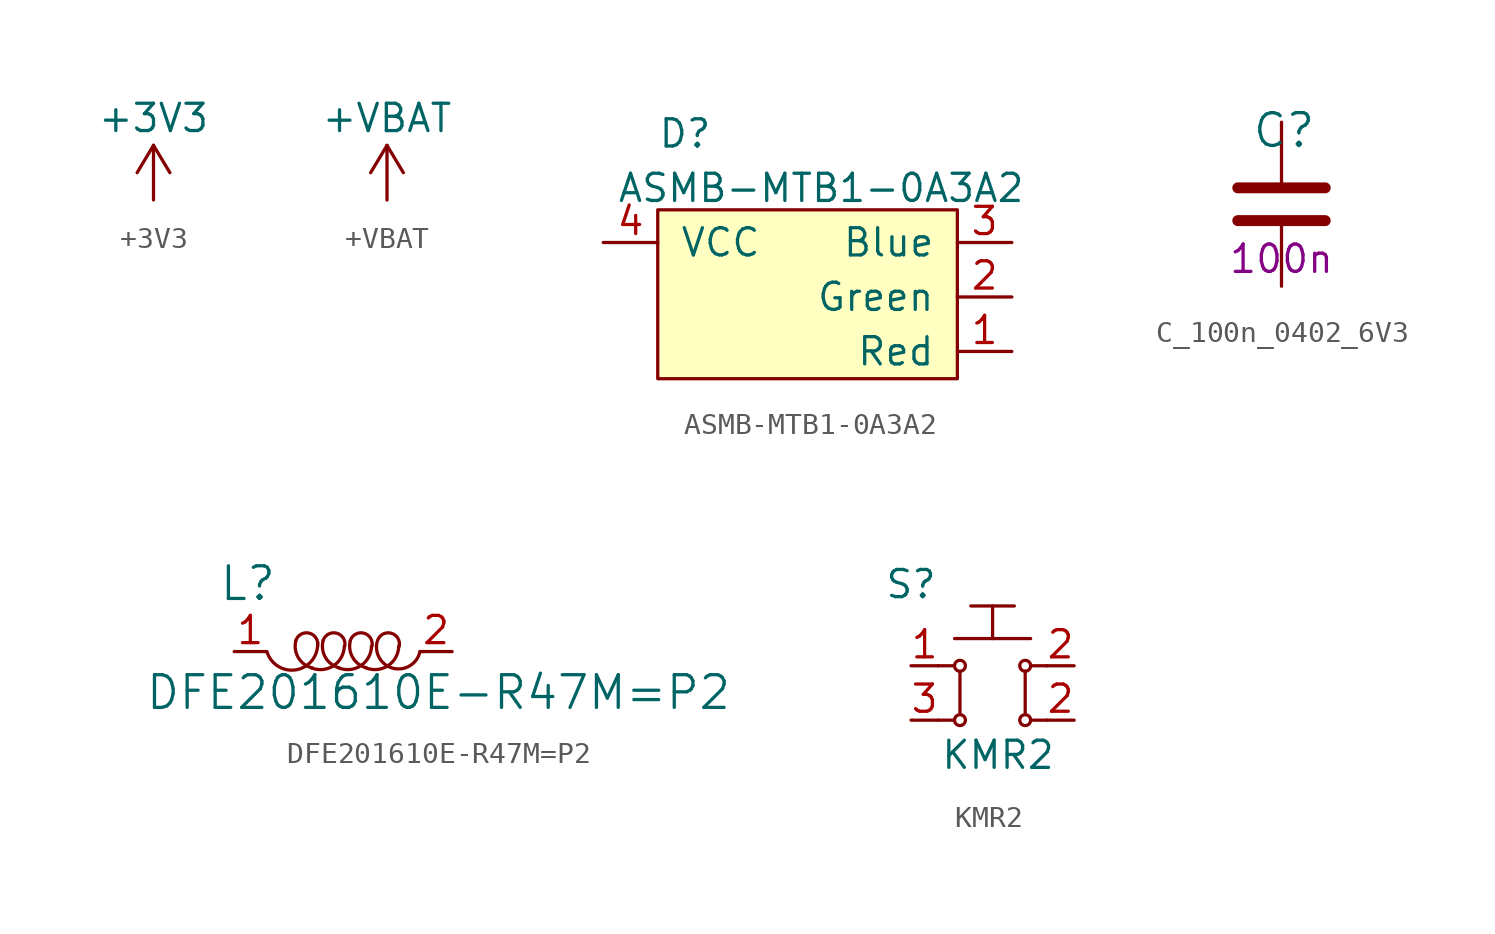
<source format=kicad_sym>
(kicad_symbol_lib
  (version 20211014)
  (generator kicad_symbol_editor)
  (symbol "+3V3"
    (power)
    (pin_names
      (offset 1.016))
    (property "Reference" "#PWR"
      (at 0 0 0)
      (effects (font (size 1.27 1.27)) hide))
    (property "Value" "+3V3"
      (at 0 2.54 0)
      (effects (font (size 1.27 1.27))))
    (symbol "+3V3_1_1"
      (polyline (pts (xy -0.762 0) (xy 0 1.27)) (stroke (width 0) (type default) (color 0 0 0 0)) (fill (type none)))
      (polyline (pts (xy 0 -1.27) (xy 0 1.27)) (stroke (width 0) (type default) (color 0 0 0 0)) (fill (type none)))
      (polyline (pts (xy 0 1.27) (xy 0.762 0)) (stroke (width 0) (type default) (color 0 0 0 0)) (fill (type none)))
      (pin power_in line (at 0 -1.27 90) (length 0) hide (name "+3V3" (effects (font (size 1.27 1.27)))) (number "1" (effects (font (size 1.27 1.27)))))))
  (symbol "+VBAT"
    (power)
    (pin_names
      (offset 1.016))
    (property "Reference" "#PWR"
      (at 0 0 0)
      (effects (font (size 1.27 1.27)) hide))
    (property "Value" "+VBAT"
      (at 0 2.54 0)
      (effects (font (size 1.27 1.27))))
    (symbol "+VBAT_1_1"
      (polyline (pts (xy -0.762 0) (xy 0 1.27)) (stroke (width 0) (type default) (color 0 0 0 0)) (fill (type none)))
      (polyline (pts (xy 0 -1.27) (xy 0 1.27)) (stroke (width 0) (type default) (color 0 0 0 0)) (fill (type none)))
      (polyline (pts (xy 0 1.27) (xy 0.762 0)) (stroke (width 0) (type default) (color 0 0 0 0)) (fill (type none)))
      (pin power_in line (at 0 -1.27 90) (length 0) hide (name "+VBAT" (effects (font (size 1.27 1.27)))) (number "1" (effects (font (size 1.27 1.27)))))))
  (symbol "ASMB-MTB1-0A3A2"
    (pin_names
      (offset 1.016))
    (property "Reference" "D"
      (at 1.27 3.81 0)
      (effects (font (size 1.27 1.27))))
    (property "Value" "ASMB-MTB1-0A3A2"
      (at 7.62 1.27 0)
      (effects (font (size 1.27 1.27))))
    (symbol "ASMB-MTB1-0A3A2_0_1"
      (rectangle (start 0 0.254) (end 13.97 -7.62) (stroke (width 0) (type default) (color 0 0 0 0)) (fill (type background))))
    (symbol "ASMB-MTB1-0A3A2_1_1"
      (pin input line (at 16.51 -6.35 180) (length 2.54) (name "Red" (effects (font (size 1.27 1.27)))) (number "1" (effects (font (size 1.27 1.27)))))
      (pin input line (at 16.51 -3.81 180) (length 2.54) (name "Green" (effects (font (size 1.27 1.27)))) (number "2" (effects (font (size 1.27 1.27)))))
      (pin input line (at 16.51 -1.27 180) (length 2.54) (name "Blue" (effects (font (size 1.27 1.27)))) (number "3" (effects (font (size 1.27 1.27)))))
      (pin input line (at -2.54 -1.27 0) (length 2.54) (name "VCC" (effects (font (size 1.27 1.27)))) (number "4" (effects (font (size 1.27 1.27)))))))
  (symbol "C_100n_0402_6V3"
    (pin_names
      (offset 0))
    (property "Reference" "C"
      (at -1.397 3.429 0)
      (effects (font (size 1.524 1.524)) (justify left)))
    (property "Val" "100n"
      (at 0 -2.54 0)
      (effects (font (size 1.27 1.27))))
    (symbol "C_100n_0402_6V3_1_1"
      (polyline (pts (xy -2.032 -0.762) (xy 2.032 -0.762)) (stroke (width 0.508) (type default) (color 0 0 0 0)) (fill (type none)))
      (polyline (pts (xy -2.032 0.762) (xy 2.032 0.762)) (stroke (width 0.508) (type default) (color 0 0 0 0)) (fill (type none)))
      (pin passive line (at 0 3.81 270) (length 2.794) (name "~" (effects (font (size 0 0)))) (number "1" (effects (font (size 0 0)))))
      (pin passive line (at 0 -3.81 90) (length 2.794) (name "~" (effects (font (size 0 0)))) (number "2" (effects (font (size 0 0)))))))
  (symbol "DFE201610E-R47M=P2"
    (pin_names
      (offset 1.016))
    (property "Reference" "L"
      (at -4.445 3.175 0)
      (effects (font (size 1.524 1.524))))
    (property "Value" "DFE201610E-R47M=P2"
      (at 4.445 -1.905 0)
      (effects (font (size 1.524 1.524))))
    (symbol "DFE201610E-R47M=P2_0_1"
      (arc (start -3.556 0) (mid -2.1694 -0.8461) (end -1.1938 0.4318) (stroke (width 0) (type default) (color 0 0 0 0)) (fill (type none)))
      (arc (start -2.2098 0.508) (mid -2.0918 -0.2848) (end -1.4478 -0.762) (stroke (width 0) (type default) (color 0 0 0 0)) (fill (type none)))
      (arc (start -1.4732 -0.762) (mid -0.4347 -0.6489) (end 0.0508 0.254) (stroke (width 0) (type default) (color 0 0 0 0)) (fill (type none)))
      (arc (start -1.1938 0.254) (mid -1.5764 0.8583) (end -2.2098 0.508) (stroke (width 0) (type default) (color 0 0 0 0)) (fill (type none)))
      (arc (start -0.9398 0.508) (mid -0.8218 -0.2848) (end -0.1778 -0.762) (stroke (width 0) (type default) (color 0 0 0 0)) (fill (type none)))
      (arc (start -0.2032 -0.762) (mid 0.8353 -0.6489) (end 1.3208 0.254) (stroke (width 0) (type default) (color 0 0 0 0)) (fill (type none)))
      (arc (start 0.0762 0.254) (mid -0.3064 0.8583) (end -0.9398 0.508) (stroke (width 0) (type default) (color 0 0 0 0)) (fill (type none)))
      (arc (start 0.3302 0.508) (mid 0.4482 -0.2848) (end 1.0922 -0.762) (stroke (width 0) (type default) (color 0 0 0 0)) (fill (type none)))
      (arc (start 1.0668 -0.762) (mid 2.1053 -0.6489) (end 2.5908 0.254) (stroke (width 0) (type default) (color 0 0 0 0)) (fill (type none)))
      (arc (start 1.3462 0.254) (mid 0.9636 0.8583) (end 0.3302 0.508) (stroke (width 0) (type default) (color 0 0 0 0)) (fill (type none)))
      (arc (start 1.5748 0.4318) (mid 2.3727 -0.7843) (end 3.5814 0) (stroke (width 0) (type default) (color 0 0 0 0)) (fill (type none)))
      (arc (start 2.6162 0.254) (mid 2.2336 0.8583) (end 1.6002 0.508) (stroke (width 0) (type default) (color 0 0 0 0)) (fill (type none))))
    (symbol "DFE201610E-R47M=P2_1_1"
      (pin passive line (at -5.08 0 0) (length 1.499) (name "~" (effects (font (size 1.27 1.27)))) (number "1" (effects (font (size 1.27 1.27)))))
      (pin passive line (at 5.08 0 180) (length 1.499) (name "~" (effects (font (size 1.27 1.27)))) (number "2" (effects (font (size 1.27 1.27)))))))
  (symbol "KMR2"
    (pin_names
      (offset 1.016))
    (property "Reference" "S"
      (at -3.81 3.81 0)
      (effects (font (size 1.27 1.27))))
    (property "Value" "KMR2"
      (at 0.254 -4.166 0)
      (effects (font (size 1.27 1.27))))
    (symbol "KMR2_0_1"
      (circle (center -1.524 0) (radius 0.254) (stroke (width 0) (type default) (color 0 0 0 0)) (fill (type none)))
      (polyline (pts (xy -2.54 0) (xy -1.778 0)) (stroke (width 0) (type default) (color 0 0 0 0)) (fill (type none)))
      (polyline (pts (xy -1.778 1.27) (xy 1.778 1.27)) (stroke (width 0) (type default) (color 0 0 0 0)) (fill (type none)))
      (polyline (pts (xy -1.524 -0.305) (xy -1.524 -2.184)) (stroke (width 0) (type default) (color 0 0 0 0)) (fill (type none)))
      (polyline (pts (xy -1.016 2.794) (xy 1.016 2.794)) (stroke (width 0) (type default) (color 0 0 0 0)) (fill (type none)))
      (polyline (pts (xy 0 1.27) (xy 0 2.794)) (stroke (width 0) (type default) (color 0 0 0 0)) (fill (type none)))
      (polyline (pts (xy 1.524 -0.254) (xy 1.524 -2.184)) (stroke (width 0) (type default) (color 0 0 0 0)) (fill (type none)))
      (polyline (pts (xy 2.54 0) (xy 1.778 0)) (stroke (width 0) (type default) (color 0 0 0 0)) (fill (type none)))
      (circle (center 1.524 0) (radius 0.254) (stroke (width 0) (type default) (color 0 0 0 0)) (fill (type none))))
    (symbol "KMR2_1_1"
      (circle (center -1.524 -2.54) (radius 0.254) (stroke (width 0) (type default) (color 0 0 0 0)) (fill (type none)))
      (polyline (pts (xy -2.54 -2.54) (xy -1.778 -2.54)) (stroke (width 0) (type default) (color 0 0 0 0)) (fill (type none)))
      (polyline (pts (xy 2.54 -2.54) (xy 1.778 -2.54)) (stroke (width 0) (type default) (color 0 0 0 0)) (fill (type none)))
      (circle (center 1.524 -2.54) (radius 0.254) (stroke (width 0) (type default) (color 0 0 0 0)) (fill (type none)))
      (pin passive line (at -3.81 0 0) (length 1.27) (name "~" (effects (font (size 1.27 1.27)))) (number "1" (effects (font (size 1.27 1.27)))))
      (pin passive line (at 3.81 -2.54 180) (length 1.27) (name "~" (effects (font (size 1.27 1.27)))) (number "2" (effects (font (size 1.27 1.27)))))
      (pin passive line (at 3.81 0 180) (length 1.27) (name "~" (effects (font (size 1.27 1.27)))) (number "2" (effects (font (size 1.27 1.27)))))
      (pin passive line (at -3.81 -2.54 0) (length 1.27) (name "~" (effects (font (size 1.27 1.27)))) (number "3" (effects (font (size 1.27 1.27))))))))
</source>
